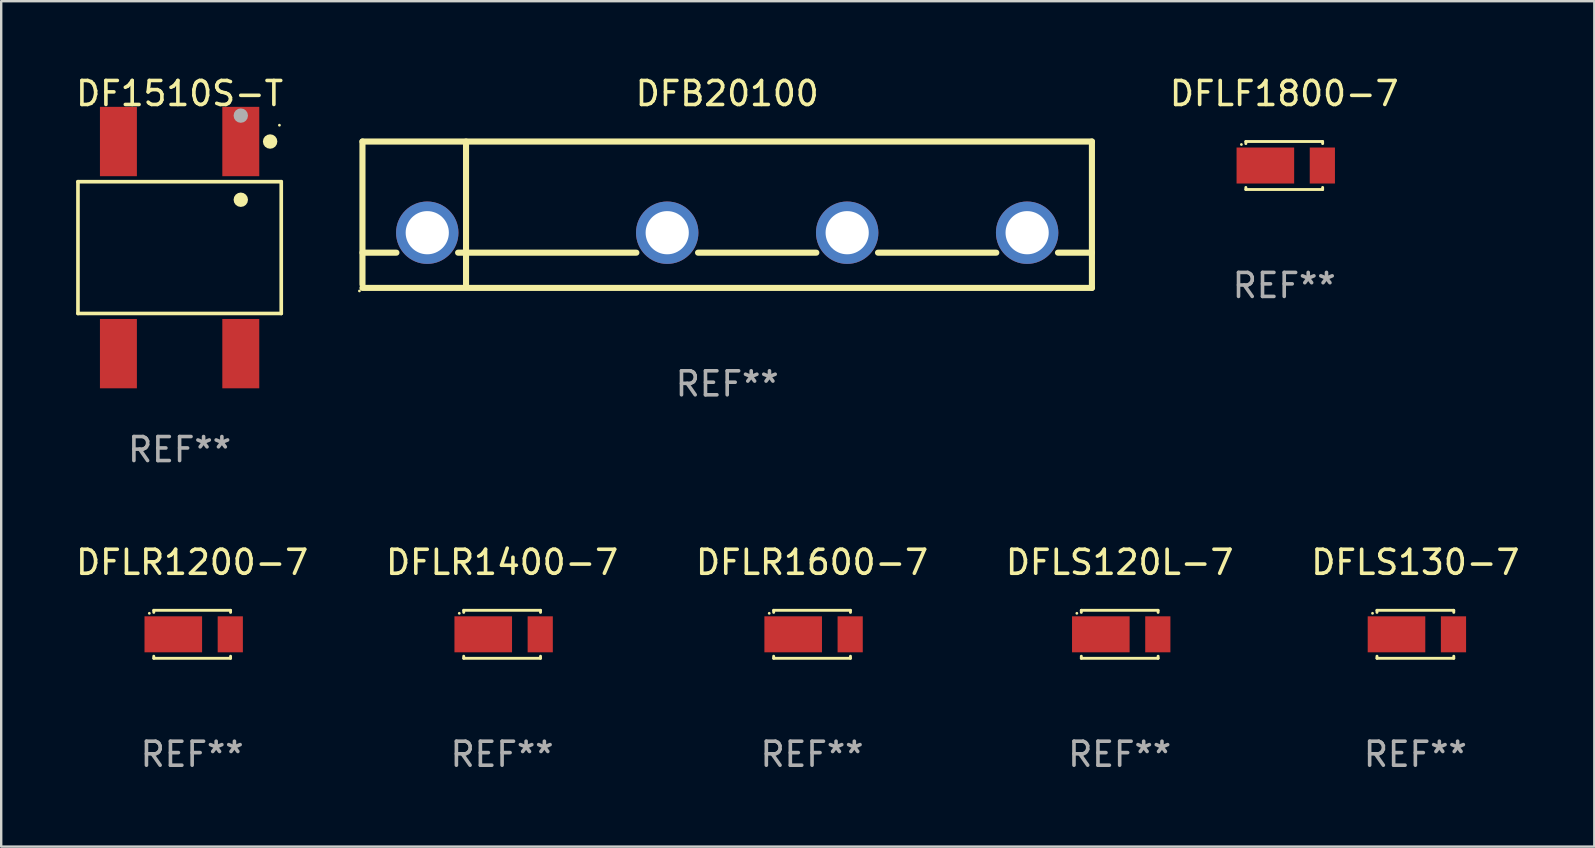
<source format=kicad_pcb>
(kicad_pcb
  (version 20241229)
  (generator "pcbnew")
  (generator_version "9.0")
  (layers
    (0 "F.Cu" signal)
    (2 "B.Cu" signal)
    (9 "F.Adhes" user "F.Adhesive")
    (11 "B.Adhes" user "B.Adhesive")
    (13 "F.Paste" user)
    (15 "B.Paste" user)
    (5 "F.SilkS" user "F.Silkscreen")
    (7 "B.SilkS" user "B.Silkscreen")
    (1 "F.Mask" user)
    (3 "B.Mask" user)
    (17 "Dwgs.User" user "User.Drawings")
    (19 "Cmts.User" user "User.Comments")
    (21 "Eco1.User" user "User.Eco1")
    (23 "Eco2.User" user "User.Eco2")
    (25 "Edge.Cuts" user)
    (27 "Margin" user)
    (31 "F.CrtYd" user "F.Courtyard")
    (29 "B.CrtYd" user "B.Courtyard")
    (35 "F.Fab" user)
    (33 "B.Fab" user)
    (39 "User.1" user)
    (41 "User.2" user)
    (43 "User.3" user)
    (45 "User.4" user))
  (footprint "DFLF1800-7"
    (layer "F.Cu")
    (at 50.47 3.848)
    (property "Reference" "DFLF1800-7" (at 0 -3 0) (layer "F.SilkS") (effects (font (size 1 1) (thickness 0.15))))
    (attr through_hole)
    (fp_line (start -1.599 -1) (end -1.599 -0.913) (stroke (width 0.12) (type solid)) (layer "F.SilkS"))
    (fp_line (start -1.599 0.913) (end -1.599 1) (stroke (width 0.12) (type solid)) (layer "F.SilkS"))
    (fp_line (start -1.599 1) (end 1.601 1) (stroke (width 0.12) (type solid)) (layer "F.SilkS"))
    (fp_line (start 1.599 -1) (end -1.601 -1) (stroke (width 0.12) (type solid)) (layer "F.SilkS"))
    (fp_line (start 1.601 -1) (end 1.601 -0.913) (stroke (width 0.12) (type solid)) (layer "F.SilkS"))
    (fp_line (start 1.601 0.913) (end 1.601 1) (stroke (width 0.12) (type solid)) (layer "F.SilkS"))
    (fp_circle (center -1.785 -0.876) (end -1.755 -0.876) (stroke (width 0.06) (type solid)) (fill no) (layer "F.SilkS"))
    (fp_text user "REF**" (at 0 5 0) (layer "F.Fab") (effects (font (size 1 1) (thickness 0.15))))
    (pad "1" smd rect (at -0.786 0 180) (size 2.4 1.5) (layers "F.Cu" "F.Mask" "F.Paste"))
    (pad "2" smd rect (at 1.589 0 180) (size 1.05 1.5) (layers "F.Cu" "F.Mask" "F.Paste")))
  (footprint "DFLR1200-7"
    (layer "F.Cu")
    (at 4.958 23.385)
    (property "Reference" "DFLR1200-7" (at 0 -3 0) (layer "F.SilkS") (effects (font (size 1 1) (thickness 0.15))))
    (attr through_hole)
    (fp_line (start -1.599 -1) (end -1.599 -0.913) (stroke (width 0.12) (type solid)) (layer "F.SilkS"))
    (fp_line (start -1.599 0.913) (end -1.599 1) (stroke (width 0.12) (type solid)) (layer "F.SilkS"))
    (fp_line (start -1.599 1) (end 1.601 1) (stroke (width 0.12) (type solid)) (layer "F.SilkS"))
    (fp_line (start 1.599 -1) (end -1.601 -1) (stroke (width 0.12) (type solid)) (layer "F.SilkS"))
    (fp_line (start 1.601 -1) (end 1.601 -0.913) (stroke (width 0.12) (type solid)) (layer "F.SilkS"))
    (fp_line (start 1.601 0.913) (end 1.601 1) (stroke (width 0.12) (type solid)) (layer "F.SilkS"))
    (fp_circle (center -1.785 -0.876) (end -1.755 -0.876) (stroke (width 0.06) (type solid)) (fill no) (layer "F.SilkS"))
    (fp_text user "REF**" (at 0 5 0) (layer "F.Fab") (effects (font (size 1 1) (thickness 0.15))))
    (pad "1" smd rect (at -0.786 0 180) (size 2.4 1.5) (layers "F.Cu" "F.Mask" "F.Paste"))
    (pad "2" smd rect (at 1.589 0 180) (size 1.05 1.5) (layers "F.Cu" "F.Mask" "F.Paste")))
  (footprint "DFLR1600-7"
    (layer "F.Cu")
    (at 30.792 23.385)
    (property "Reference" "DFLR1600-7" (at 0 -3 0) (layer "F.SilkS") (effects (font (size 1 1) (thickness 0.15))))
    (attr through_hole)
    (fp_line (start -1.599 -1) (end -1.599 -0.913) (stroke (width 0.12) (type solid)) (layer "F.SilkS"))
    (fp_line (start -1.599 0.913) (end -1.599 1) (stroke (width 0.12) (type solid)) (layer "F.SilkS"))
    (fp_line (start -1.599 1) (end 1.601 1) (stroke (width 0.12) (type solid)) (layer "F.SilkS"))
    (fp_line (start 1.599 -1) (end -1.601 -1) (stroke (width 0.12) (type solid)) (layer "F.SilkS"))
    (fp_line (start 1.601 -1) (end 1.601 -0.913) (stroke (width 0.12) (type solid)) (layer "F.SilkS"))
    (fp_line (start 1.601 0.913) (end 1.601 1) (stroke (width 0.12) (type solid)) (layer "F.SilkS"))
    (fp_circle (center -1.785 -0.876) (end -1.755 -0.876) (stroke (width 0.06) (type solid)) (fill no) (layer "F.SilkS"))
    (fp_text user "REF**" (at 0 5 0) (layer "F.Fab") (effects (font (size 1 1) (thickness 0.15))))
    (pad "1" smd rect (at -0.786 0 180) (size 2.4 1.5) (layers "F.Cu" "F.Mask" "F.Paste"))
    (pad "2" smd rect (at 1.589 0 180) (size 1.05 1.5) (layers "F.Cu" "F.Mask" "F.Paste")))
  (footprint "DF1510S-T"
    (layer "F.Cu")
    (at 4.435 7.268)
    (property "Reference" "DF1510S-T" (at 0 -6.42 0) (layer "F.SilkS") (effects (font (size 1 1) (thickness 0.15))))
    (attr through_hole)
    (fp_line (start -4.236 -2.746) (end 4.236 -2.746) (stroke (width 0.152) (type solid)) (layer "F.SilkS"))
    (fp_line (start -4.236 2.746) (end -4.236 -2.746) (stroke (width 0.152) (type solid)) (layer "F.SilkS"))
    (fp_line (start 4.236 -2.746) (end 4.236 2.746) (stroke (width 0.152) (type solid)) (layer "F.SilkS"))
    (fp_line (start 4.236 2.746) (end -4.236 2.746) (stroke (width 0.152) (type solid)) (layer "F.SilkS"))
    (fp_circle (center 2.55 -1.994) (end 2.7 -1.994) (stroke (width 0.3) (type solid)) (fill no) (layer "F.SilkS"))
    (fp_circle (center 3.772 -4.42) (end 3.923 -4.42) (stroke (width 0.3) (type solid)) (fill no) (layer "F.SilkS"))
    (fp_circle (center 4.16 -5.1) (end 4.19 -5.1) (stroke (width 0.06) (type solid)) (fill no) (layer "F.SilkS"))
    (fp_circle (center 2.55 -5.5) (end 2.7 -5.5) (stroke (width 0.3) (type solid)) (fill no) (layer "F.Fab"))
    (fp_text user "REF**" (at 0 8.42 0) (layer "F.Fab") (effects (font (size 1 1) (thickness 0.15))))
    (pad "1" smd rect (at 2.55 -4.42 180) (size 1.54 2.89) (layers "F.Cu" "F.Mask" "F.Paste"))
    (pad "2" smd rect (at -2.55 -4.42 180) (size 1.54 2.89) (layers "F.Cu" "F.Mask" "F.Paste"))
    (pad "3" smd rect (at -2.55 4.42 180) (size 1.54 2.89) (layers "F.Cu" "F.Mask" "F.Paste"))
    (pad "4" smd rect (at 2.55 4.42 180) (size 1.54 2.89) (layers "F.Cu" "F.Mask" "F.Paste")))
  (footprint "DFLS130-7"
    (layer "F.Cu")
    (at 55.935 23.385)
    (property "Reference" "DFLS130-7" (at 0 -3 0) (layer "F.SilkS") (effects (font (size 1 1) (thickness 0.15))))
    (attr through_hole)
    (fp_line (start -1.599 -1) (end -1.599 -0.913) (stroke (width 0.12) (type solid)) (layer "F.SilkS"))
    (fp_line (start -1.599 0.913) (end -1.599 1) (stroke (width 0.12) (type solid)) (layer "F.SilkS"))
    (fp_line (start -1.599 1) (end 1.601 1) (stroke (width 0.12) (type solid)) (layer "F.SilkS"))
    (fp_line (start 1.599 -1) (end -1.601 -1) (stroke (width 0.12) (type solid)) (layer "F.SilkS"))
    (fp_line (start 1.601 -1) (end 1.601 -0.913) (stroke (width 0.12) (type solid)) (layer "F.SilkS"))
    (fp_line (start 1.601 0.913) (end 1.601 1) (stroke (width 0.12) (type solid)) (layer "F.SilkS"))
    (fp_circle (center -1.785 -0.876) (end -1.755 -0.876) (stroke (width 0.06) (type solid)) (fill no) (layer "F.SilkS"))
    (fp_text user "REF**" (at 0 5 0) (layer "F.Fab") (effects (font (size 1 1) (thickness 0.15))))
    (pad "1" smd rect (at -0.786 0 180) (size 2.4 1.5) (layers "F.Cu" "F.Mask" "F.Paste"))
    (pad "2" smd rect (at 1.589 0 180) (size 1.05 1.5) (layers "F.Cu" "F.Mask" "F.Paste")))
  (footprint "DFLS120L-7"
    (layer "F.Cu")
    (at 43.613 23.385)
    (property "Reference" "DFLS120L-7" (at 0 -3 0) (layer "F.SilkS") (effects (font (size 1 1) (thickness 0.15))))
    (attr through_hole)
    (fp_line (start -1.599 -1) (end -1.599 -0.913) (stroke (width 0.12) (type solid)) (layer "F.SilkS"))
    (fp_line (start -1.599 0.913) (end -1.599 1) (stroke (width 0.12) (type solid)) (layer "F.SilkS"))
    (fp_line (start -1.599 1) (end 1.601 1) (stroke (width 0.12) (type solid)) (layer "F.SilkS"))
    (fp_line (start 1.599 -1) (end -1.601 -1) (stroke (width 0.12) (type solid)) (layer "F.SilkS"))
    (fp_line (start 1.601 -1) (end 1.601 -0.913) (stroke (width 0.12) (type solid)) (layer "F.SilkS"))
    (fp_line (start 1.601 0.913) (end 1.601 1) (stroke (width 0.12) (type solid)) (layer "F.SilkS"))
    (fp_circle (center -1.785 -0.876) (end -1.755 -0.876) (stroke (width 0.06) (type solid)) (fill no) (layer "F.SilkS"))
    (fp_text user "REF**" (at 0 5 0) (layer "F.Fab") (effects (font (size 1 1) (thickness 0.15))))
    (pad "1" smd rect (at -0.786 0 180) (size 2.4 1.5) (layers "F.Cu" "F.Mask" "F.Paste"))
    (pad "2" smd rect (at 1.589 0 180) (size 1.05 1.5) (layers "F.Cu" "F.Mask" "F.Paste")))
  (footprint "DFB20100"
    (layer "F.Cu")
    (at 27.256 5.898)
    (property "Reference" "DFB20100" (at 0 -5.05 0) (layer "F.SilkS") (effects (font (size 1 1) (thickness 0.15))))
    (attr through_hole)
    (fp_line (start -15.2 -3.05) (end -15.2 2.909) (stroke (width 0.254) (type solid)) (layer "F.SilkS"))
    (fp_line (start -15.2 -3.05) (end 15.2 -3.05) (stroke (width 0.254) (type solid)) (layer "F.SilkS"))
    (fp_line (start -15.2 1.582) (end -13.785 1.582) (stroke (width 0.254) (type solid)) (layer "F.SilkS"))
    (fp_line (start -15.2 3.05) (end 15.2 3.05) (stroke (width 0.254) (type solid)) (layer "F.SilkS"))
    (fp_line (start -11.215 1.582) (end -3.785 1.582) (stroke (width 0.254) (type solid)) (layer "F.SilkS"))
    (fp_line (start -10.884 -3.05) (end -10.884 2.909) (stroke (width 0.254) (type solid)) (layer "F.SilkS"))
    (fp_line (start -1.215 1.582) (end 3.715 1.582) (stroke (width 0.254) (type solid)) (layer "F.SilkS"))
    (fp_line (start 6.285 1.582) (end 11.215 1.582) (stroke (width 0.254) (type solid)) (layer "F.SilkS"))
    (fp_line (start 13.785 1.582) (end 15.2 1.582) (stroke (width 0.254) (type solid)) (layer "F.SilkS"))
    (fp_line (start 15.2 -3.05) (end 15.2 3.05) (stroke (width 0.254) (type solid)) (layer "F.SilkS"))
    (fp_circle (center -15.327 3.177) (end -15.297 3.177) (stroke (width 0.06) (type solid)) (fill no) (layer "F.SilkS"))
    (fp_text user "&#126;" (at -3.301 -0.827 0) (layer "B.Mask") (effects (font (size 1 1) (thickness 0.15))))
    (fp_text user "-" (at 11.176 -0.774 0) (layer "B.Mask") (effects (font (size 1 1) (thickness 0.15))))
    (fp_text user "+" (at -13.461 -0.782 0) (layer "B.Mask") (effects (font (size 1 1) (thickness 0.15))))
    (fp_text user "&#126;" (at 3.938 -0.7 0) (layer "B.Mask") (effects (font (size 1 1) (thickness 0.15))))
    (fp_text user "REF**" (at 0 7.05 0) (layer "F.Fab") (effects (font (size 1 1) (thickness 0.15))))
    (pad "1" thru_hole circle (at -12.5 0.75) (size 2.6 2.6) (drill 1.8) (layers "*.Cu" "*.Mask"))
    (pad "2" thru_hole circle (at -2.5 0.75) (size 2.6 2.6) (drill 1.8) (layers "*.Cu" "*.Mask"))
    (pad "3" thru_hole circle (at 5 0.75) (size 2.6 2.6) (drill 1.8) (layers "*.Cu" "*.Mask"))
    (pad "4" thru_hole circle (at 12.5 0.75) (size 2.6 2.6) (drill 1.8) (layers "*.Cu" "*.Mask")))
  (footprint "DFLR1400-7"
    (layer "F.Cu")
    (at 17.875 23.385)
    (property "Reference" "DFLR1400-7" (at 0 -3 0) (layer "F.SilkS") (effects (font (size 1 1) (thickness 0.15))))
    (attr through_hole)
    (fp_line (start -1.599 -1) (end -1.599 -0.913) (stroke (width 0.12) (type solid)) (layer "F.SilkS"))
    (fp_line (start -1.599 0.913) (end -1.599 1) (stroke (width 0.12) (type solid)) (layer "F.SilkS"))
    (fp_line (start -1.599 1) (end 1.601 1) (stroke (width 0.12) (type solid)) (layer "F.SilkS"))
    (fp_line (start 1.599 -1) (end -1.601 -1) (stroke (width 0.12) (type solid)) (layer "F.SilkS"))
    (fp_line (start 1.601 -1) (end 1.601 -0.913) (stroke (width 0.12) (type solid)) (layer "F.SilkS"))
    (fp_line (start 1.601 0.913) (end 1.601 1) (stroke (width 0.12) (type solid)) (layer "F.SilkS"))
    (fp_circle (center -1.785 -0.876) (end -1.755 -0.876) (stroke (width 0.06) (type solid)) (fill no) (layer "F.SilkS"))
    (fp_text user "REF**" (at 0 5 0) (layer "F.Fab") (effects (font (size 1 1) (thickness 0.15))))
    (pad "1" smd rect (at -0.786 0 180) (size 2.4 1.5) (layers "F.Cu" "F.Mask" "F.Paste"))
    (pad "2" smd rect (at 1.589 0 180) (size 1.05 1.5) (layers "F.Cu" "F.Mask" "F.Paste")))
  (gr_rect
    (start -3 -3)
    (end 63.393 32.233)
    (stroke (width 0.1) (type default))
    (fill no)
    (layer "Edge.Cuts")))
</source>
